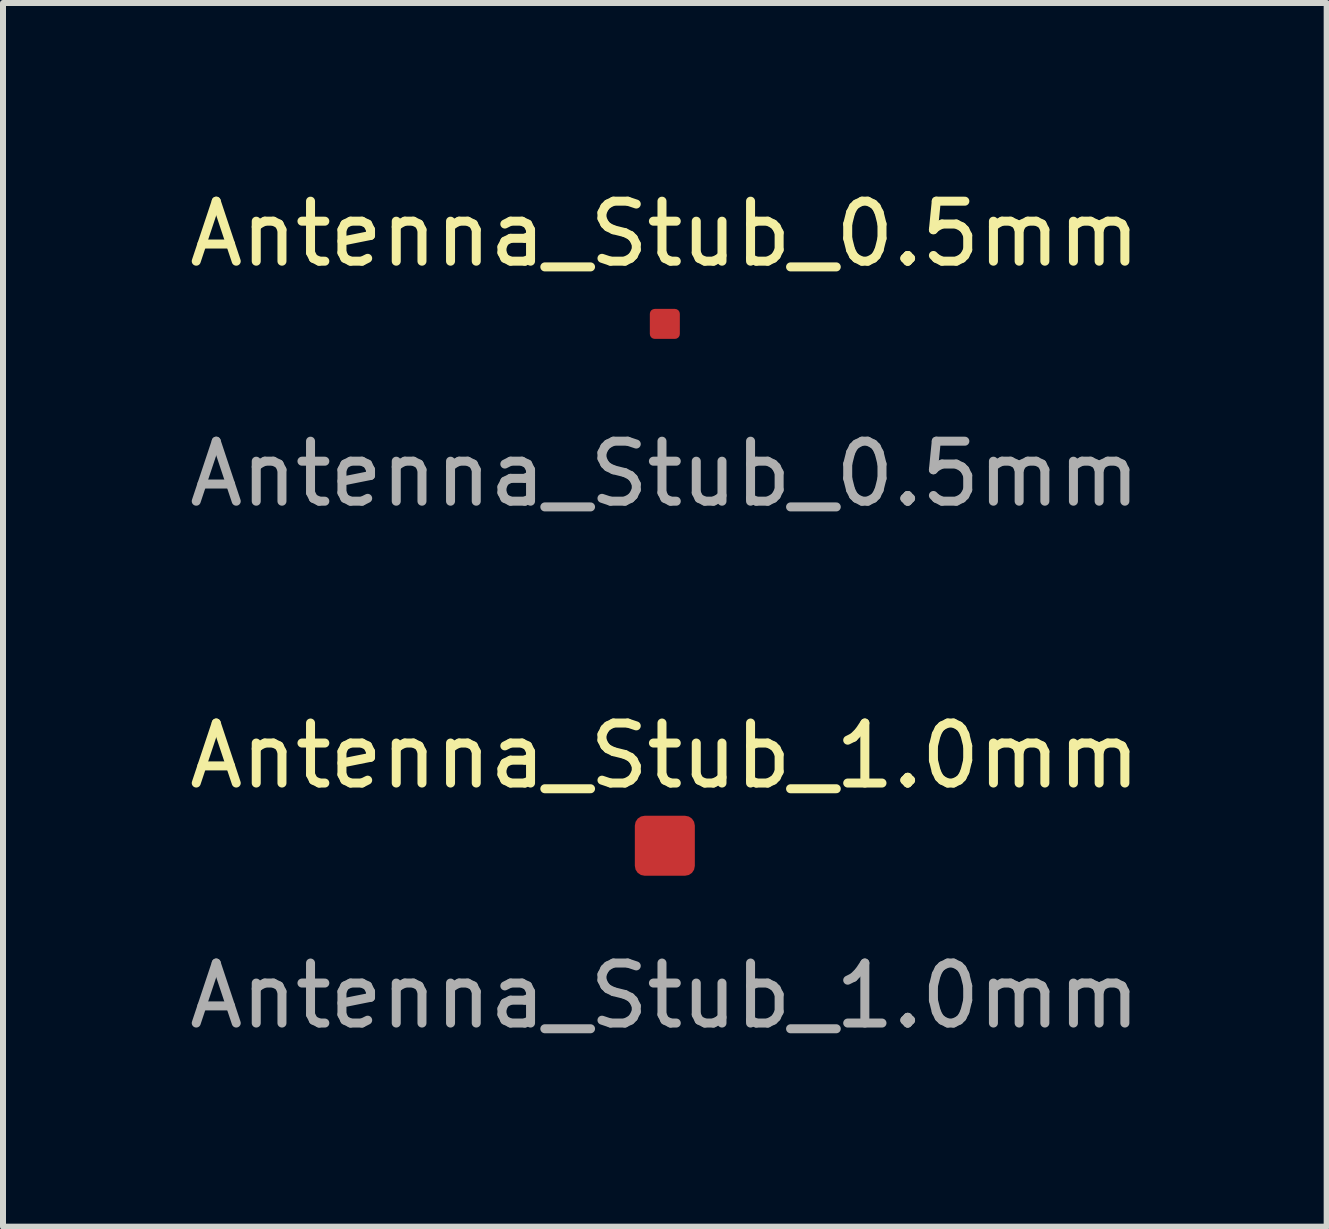
<source format=kicad_pcb>
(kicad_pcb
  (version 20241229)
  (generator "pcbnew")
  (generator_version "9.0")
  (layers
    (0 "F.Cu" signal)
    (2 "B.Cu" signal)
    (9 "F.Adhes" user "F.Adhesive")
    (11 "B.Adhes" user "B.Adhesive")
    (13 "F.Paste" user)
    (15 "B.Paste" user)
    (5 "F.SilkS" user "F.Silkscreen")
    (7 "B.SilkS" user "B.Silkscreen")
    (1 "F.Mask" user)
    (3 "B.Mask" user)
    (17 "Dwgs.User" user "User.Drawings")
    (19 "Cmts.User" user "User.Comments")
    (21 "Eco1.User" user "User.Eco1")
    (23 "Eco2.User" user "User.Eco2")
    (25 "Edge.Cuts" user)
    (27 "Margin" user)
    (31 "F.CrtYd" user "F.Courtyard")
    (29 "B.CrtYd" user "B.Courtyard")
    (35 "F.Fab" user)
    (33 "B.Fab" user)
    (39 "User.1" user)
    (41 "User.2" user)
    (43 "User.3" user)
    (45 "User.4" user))
  (footprint "Antenna_Stub_1.0mm"
    (layer "F.Cu")
    (at 8.03 11.045)
    (property "Reference" "Antenna_Stub_1.0mm" (at 0 -1.5 0) (unlocked yes) (layer "F.SilkS") (effects (font (size 1 1) (thickness 0.15))))
    (fp_text user "${REFERENCE}" (at 0 2.5 0) (unlocked yes) (layer "F.Fab") (effects (font (size 1 1) (thickness 0.15))))
    (pad "1" smd roundrect (at 0 0) (size 1 1) (layers "F.Cu") (roundrect_rratio 0.164)))
  (footprint "Antenna_Stub_0.5mm"
    (layer "F.Cu")
    (at 8.03 2.348)
    (property "Reference" "Antenna_Stub_0.5mm" (at 0 -1.5 0) (unlocked yes) (layer "F.SilkS") (effects (font (size 1 1) (thickness 0.15))))
    (fp_text user "${REFERENCE}" (at 0 2.5 0) (unlocked yes) (layer "F.Fab") (effects (font (size 1 1) (thickness 0.15))))
    (pad "1" smd roundrect (at 0 0) (size 0.5 0.5) (layers "F.Cu") (roundrect_rratio 0.164)))
  (gr_rect
    (start -3 -3)
    (end 19.06 17.393)
    (stroke (width 0.1) (type default))
    (fill no)
    (layer "Edge.Cuts")))
</source>
